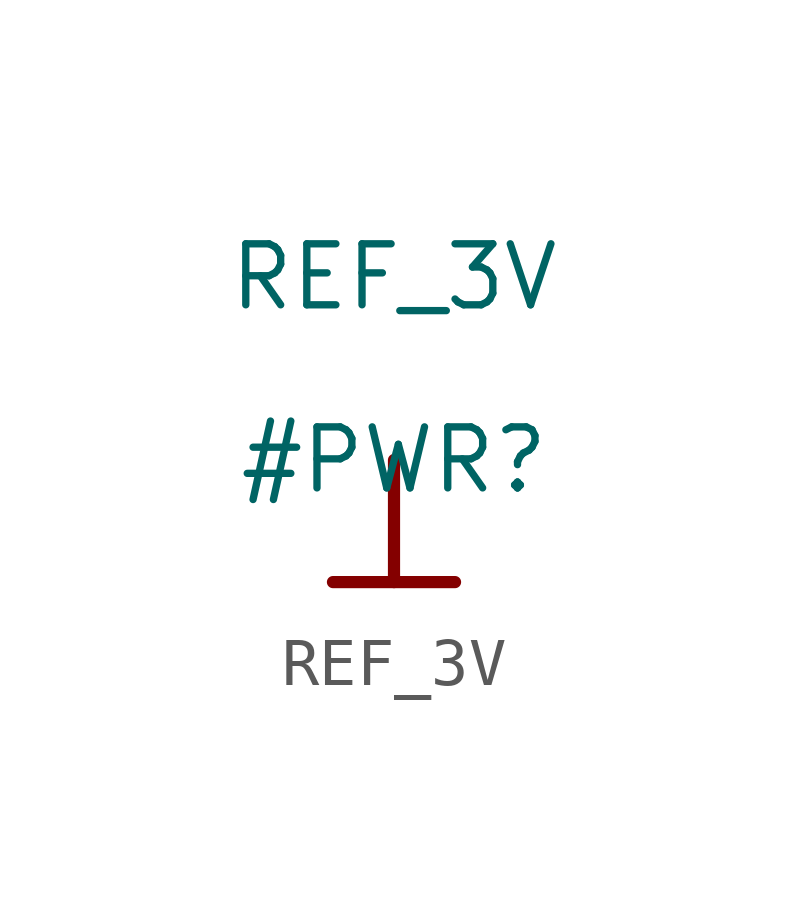
<source format=kicad_sym>
(kicad_symbol_lib
  (version 20220914)
  (generator kicad_symbol_editor)
  (symbol "REF_3V"
    (power)
    (property "Reference" "#PWR"
      (at 0 0 0)
      (effects (font (size 1.27 1.27))))
    (property "Value" "REF_3V"
      (at 0 3.81 0)
      (effects (font (size 1.27 1.27))))
    (symbol "REF_3V_0_0"
      (polyline (pts (xy -1.27 -2.54) (xy 1.27 -2.54)) (stroke (width 0.254) (type solid)) (fill (type none)))
      (polyline (pts (xy 0 0) (xy 0 -2.54)) (stroke (width 0.254) (type solid)) (fill (type none)))
      (pin power_in line (at 0 0 0) (length 0) hide (name "REF_3V" (effects (font (size 1.27 1.27)))) (number "" (effects (font (size 1.27 1.27))))))))
</source>
